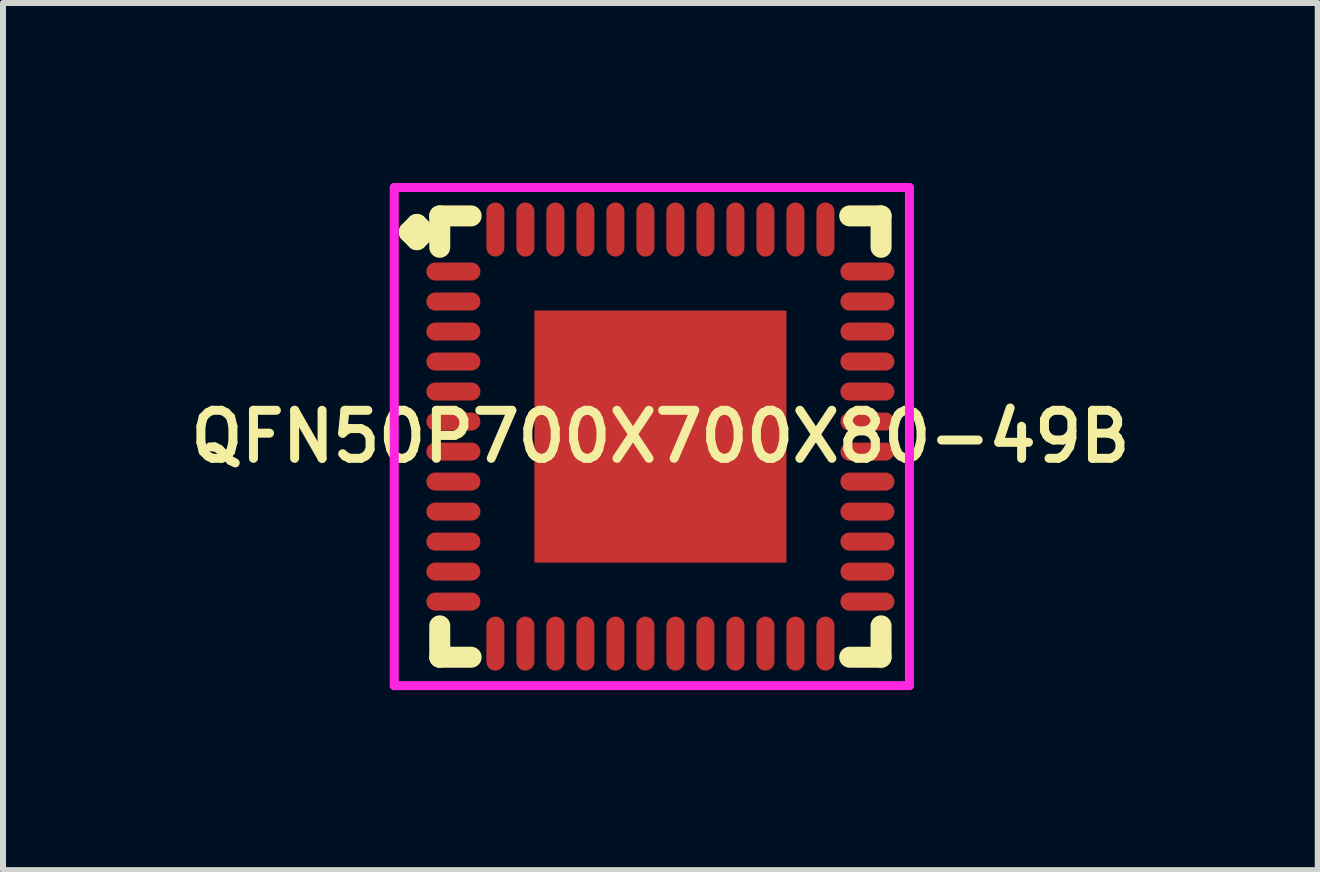
<source format=kicad_pcb>
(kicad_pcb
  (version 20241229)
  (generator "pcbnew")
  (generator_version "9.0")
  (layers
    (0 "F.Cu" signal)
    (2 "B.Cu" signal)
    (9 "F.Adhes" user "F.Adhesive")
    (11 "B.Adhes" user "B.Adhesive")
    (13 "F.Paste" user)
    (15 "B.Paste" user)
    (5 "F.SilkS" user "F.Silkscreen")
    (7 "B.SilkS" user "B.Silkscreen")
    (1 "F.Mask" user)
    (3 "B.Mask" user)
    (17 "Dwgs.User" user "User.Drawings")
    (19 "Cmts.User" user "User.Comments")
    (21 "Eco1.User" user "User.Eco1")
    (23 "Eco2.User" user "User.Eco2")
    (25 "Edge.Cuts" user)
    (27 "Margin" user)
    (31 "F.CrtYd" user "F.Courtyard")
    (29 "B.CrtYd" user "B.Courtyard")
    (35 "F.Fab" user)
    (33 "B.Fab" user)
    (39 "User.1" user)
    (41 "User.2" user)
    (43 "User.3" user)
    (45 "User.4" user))
  (footprint "QFN50P700X700X80-49B"
    (layer "F.Cu")
    (at 7.955 4.225)
    (property "Reference" "QFN50P700X700X80-49B" (at 0 0 0) (layer "F.SilkS") (effects (font (size 0.8 0.8) (thickness 0.15))))
    (attr smd)
    (fp_line (start -4.185 -3.408) (end -4.058 -3.535) (stroke (width 0.35) (type solid)) (layer "F.SilkS"))
    (fp_line (start -4.058 -3.535) (end -3.931 -3.408) (stroke (width 0.35) (type solid)) (layer "F.SilkS"))
    (fp_line (start -4.058 -3.281) (end -4.185 -3.408) (stroke (width 0.35) (type solid)) (layer "F.SilkS"))
    (fp_line (start -3.931 -3.408) (end -4.058 -3.281) (stroke (width 0.35) (type solid)) (layer "F.SilkS"))
    (fp_line (start -3.677 -3.677) (end -3.154 -3.677) (stroke (width 0.35) (type solid)) (layer "F.SilkS"))
    (fp_line (start -3.677 -3.154) (end -3.677 -3.677) (stroke (width 0.35) (type solid)) (layer "F.SilkS"))
    (fp_line (start -3.677 3.154) (end -3.677 3.677) (stroke (width 0.35) (type solid)) (layer "F.SilkS"))
    (fp_line (start -3.677 3.677) (end -3.154 3.677) (stroke (width 0.35) (type solid)) (layer "F.SilkS"))
    (fp_line (start 3.154 -3.677) (end 3.677 -3.677) (stroke (width 0.35) (type solid)) (layer "F.SilkS"))
    (fp_line (start 3.154 3.677) (end 3.677 3.677) (stroke (width 0.35) (type solid)) (layer "F.SilkS"))
    (fp_line (start 3.677 -3.677) (end 3.677 -3.154) (stroke (width 0.35) (type solid)) (layer "F.SilkS"))
    (fp_line (start 3.677 3.677) (end 3.677 3.154) (stroke (width 0.35) (type solid)) (layer "F.SilkS"))
    (fp_line (start -4.435 -4.15) (end 4.15 -4.15) (stroke (width 0.15) (type solid)) (layer "F.CrtYd"))
    (fp_line (start -4.435 4.15) (end -4.435 -4.15) (stroke (width 0.15) (type solid)) (layer "F.CrtYd"))
    (fp_line (start 4.15 -4.15) (end 4.15 4.15) (stroke (width 0.15) (type solid)) (layer "F.CrtYd"))
    (fp_line (start 4.15 4.15) (end -4.435 4.15) (stroke (width 0.15) (type solid)) (layer "F.CrtYd"))
    (pad "1" smd oval (at -3.45 -2.75) (size 0.9 0.3) (layers "F.Cu" "F.Mask" "F.Paste"))
    (pad "2" smd oval (at -3.45 -2.25) (size 0.9 0.3) (layers "F.Cu" "F.Mask" "F.Paste"))
    (pad "3" smd oval (at -3.45 -1.75) (size 0.9 0.3) (layers "F.Cu" "F.Mask" "F.Paste"))
    (pad "4" smd oval (at -3.45 -1.25) (size 0.9 0.3) (layers "F.Cu" "F.Mask" "F.Paste"))
    (pad "5" smd oval (at -3.45 -0.75) (size 0.9 0.3) (layers "F.Cu" "F.Mask" "F.Paste"))
    (pad "6" smd oval (at -3.45 -0.25) (size 0.9 0.3) (layers "F.Cu" "F.Mask" "F.Paste"))
    (pad "7" smd oval (at -3.45 0.25) (size 0.9 0.3) (layers "F.Cu" "F.Mask" "F.Paste"))
    (pad "8" smd oval (at -3.45 0.75) (size 0.9 0.3) (layers "F.Cu" "F.Mask" "F.Paste"))
    (pad "9" smd oval (at -3.45 1.25) (size 0.9 0.3) (layers "F.Cu" "F.Mask" "F.Paste"))
    (pad "10" smd oval (at -3.45 1.75) (size 0.9 0.3) (layers "F.Cu" "F.Mask" "F.Paste"))
    (pad "11" smd oval (at -3.45 2.25) (size 0.9 0.3) (layers "F.Cu" "F.Mask" "F.Paste"))
    (pad "12" smd oval (at -3.45 2.75) (size 0.9 0.3) (layers "F.Cu" "F.Mask" "F.Paste"))
    (pad "13" smd oval (at -2.75 3.45) (size 0.3 0.9) (layers "F.Cu" "F.Mask" "F.Paste"))
    (pad "14" smd oval (at -2.25 3.45) (size 0.3 0.9) (layers "F.Cu" "F.Mask" "F.Paste"))
    (pad "15" smd oval (at -1.75 3.45) (size 0.3 0.9) (layers "F.Cu" "F.Mask" "F.Paste"))
    (pad "16" smd oval (at -1.25 3.45) (size 0.3 0.9) (layers "F.Cu" "F.Mask" "F.Paste"))
    (pad "17" smd oval (at -0.75 3.45) (size 0.3 0.9) (layers "F.Cu" "F.Mask" "F.Paste"))
    (pad "18" smd oval (at -0.25 3.45) (size 0.3 0.9) (layers "F.Cu" "F.Mask" "F.Paste"))
    (pad "19" smd oval (at 0.25 3.45) (size 0.3 0.9) (layers "F.Cu" "F.Mask" "F.Paste"))
    (pad "20" smd oval (at 0.75 3.45) (size 0.3 0.9) (layers "F.Cu" "F.Mask" "F.Paste"))
    (pad "21" smd oval (at 1.25 3.45) (size 0.3 0.9) (layers "F.Cu" "F.Mask" "F.Paste"))
    (pad "22" smd oval (at 1.75 3.45) (size 0.3 0.9) (layers "F.Cu" "F.Mask" "F.Paste"))
    (pad "23" smd oval (at 2.25 3.45) (size 0.3 0.9) (layers "F.Cu" "F.Mask" "F.Paste"))
    (pad "24" smd oval (at 2.75 3.45) (size 0.3 0.9) (layers "F.Cu" "F.Mask" "F.Paste"))
    (pad "25" smd oval (at 3.45 2.75) (size 0.9 0.3) (layers "F.Cu" "F.Mask" "F.Paste"))
    (pad "26" smd oval (at 3.45 2.25) (size 0.9 0.3) (layers "F.Cu" "F.Mask" "F.Paste"))
    (pad "27" smd oval (at 3.45 1.75) (size 0.9 0.3) (layers "F.Cu" "F.Mask" "F.Paste"))
    (pad "28" smd oval (at 3.45 1.25) (size 0.9 0.3) (layers "F.Cu" "F.Mask" "F.Paste"))
    (pad "29" smd oval (at 3.45 0.75) (size 0.9 0.3) (layers "F.Cu" "F.Mask" "F.Paste"))
    (pad "30" smd oval (at 3.45 0.25) (size 0.9 0.3) (layers "F.Cu" "F.Mask" "F.Paste"))
    (pad "31" smd oval (at 3.45 -0.25) (size 0.9 0.3) (layers "F.Cu" "F.Mask" "F.Paste"))
    (pad "32" smd oval (at 3.45 -0.75) (size 0.9 0.3) (layers "F.Cu" "F.Mask" "F.Paste"))
    (pad "33" smd oval (at 3.45 -1.25) (size 0.9 0.3) (layers "F.Cu" "F.Mask" "F.Paste"))
    (pad "34" smd oval (at 3.45 -1.75) (size 0.9 0.3) (layers "F.Cu" "F.Mask" "F.Paste"))
    (pad "35" smd oval (at 3.45 -2.25) (size 0.9 0.3) (layers "F.Cu" "F.Mask" "F.Paste"))
    (pad "36" smd oval (at 3.45 -2.75) (size 0.9 0.3) (layers "F.Cu" "F.Mask" "F.Paste"))
    (pad "37" smd oval (at 2.75 -3.45) (size 0.3 0.9) (layers "F.Cu" "F.Mask" "F.Paste"))
    (pad "38" smd oval (at 2.25 -3.45) (size 0.3 0.9) (layers "F.Cu" "F.Mask" "F.Paste"))
    (pad "39" smd oval (at 1.75 -3.45) (size 0.3 0.9) (layers "F.Cu" "F.Mask" "F.Paste"))
    (pad "40" smd oval (at 1.25 -3.45) (size 0.3 0.9) (layers "F.Cu" "F.Mask" "F.Paste"))
    (pad "41" smd oval (at 0.75 -3.45) (size 0.3 0.9) (layers "F.Cu" "F.Mask" "F.Paste"))
    (pad "42" smd oval (at 0.25 -3.45) (size 0.3 0.9) (layers "F.Cu" "F.Mask" "F.Paste"))
    (pad "43" smd oval (at -0.25 -3.45) (size 0.3 0.9) (layers "F.Cu" "F.Mask" "F.Paste"))
    (pad "44" smd oval (at -0.75 -3.45) (size 0.3 0.9) (layers "F.Cu" "F.Mask" "F.Paste"))
    (pad "45" smd oval (at -1.25 -3.45) (size 0.3 0.9) (layers "F.Cu" "F.Mask" "F.Paste"))
    (pad "46" smd oval (at -1.75 -3.45) (size 0.3 0.9) (layers "F.Cu" "F.Mask" "F.Paste"))
    (pad "47" smd oval (at -2.25 -3.45) (size 0.3 0.9) (layers "F.Cu" "F.Mask" "F.Paste"))
    (pad "48" smd oval (at -2.75 -3.45) (size 0.3 0.9) (layers "F.Cu" "F.Mask" "F.Paste"))
    (pad "49" smd rect (at 0 0) (size 4.2 4.2) (layers "F.Cu" "F.Mask" "F.Paste")))
  (gr_rect
    (start -3 -3)
    (end 18.909 11.45)
    (stroke (width 0.1) (type default))
    (fill no)
    (layer "Edge.Cuts")))
</source>
